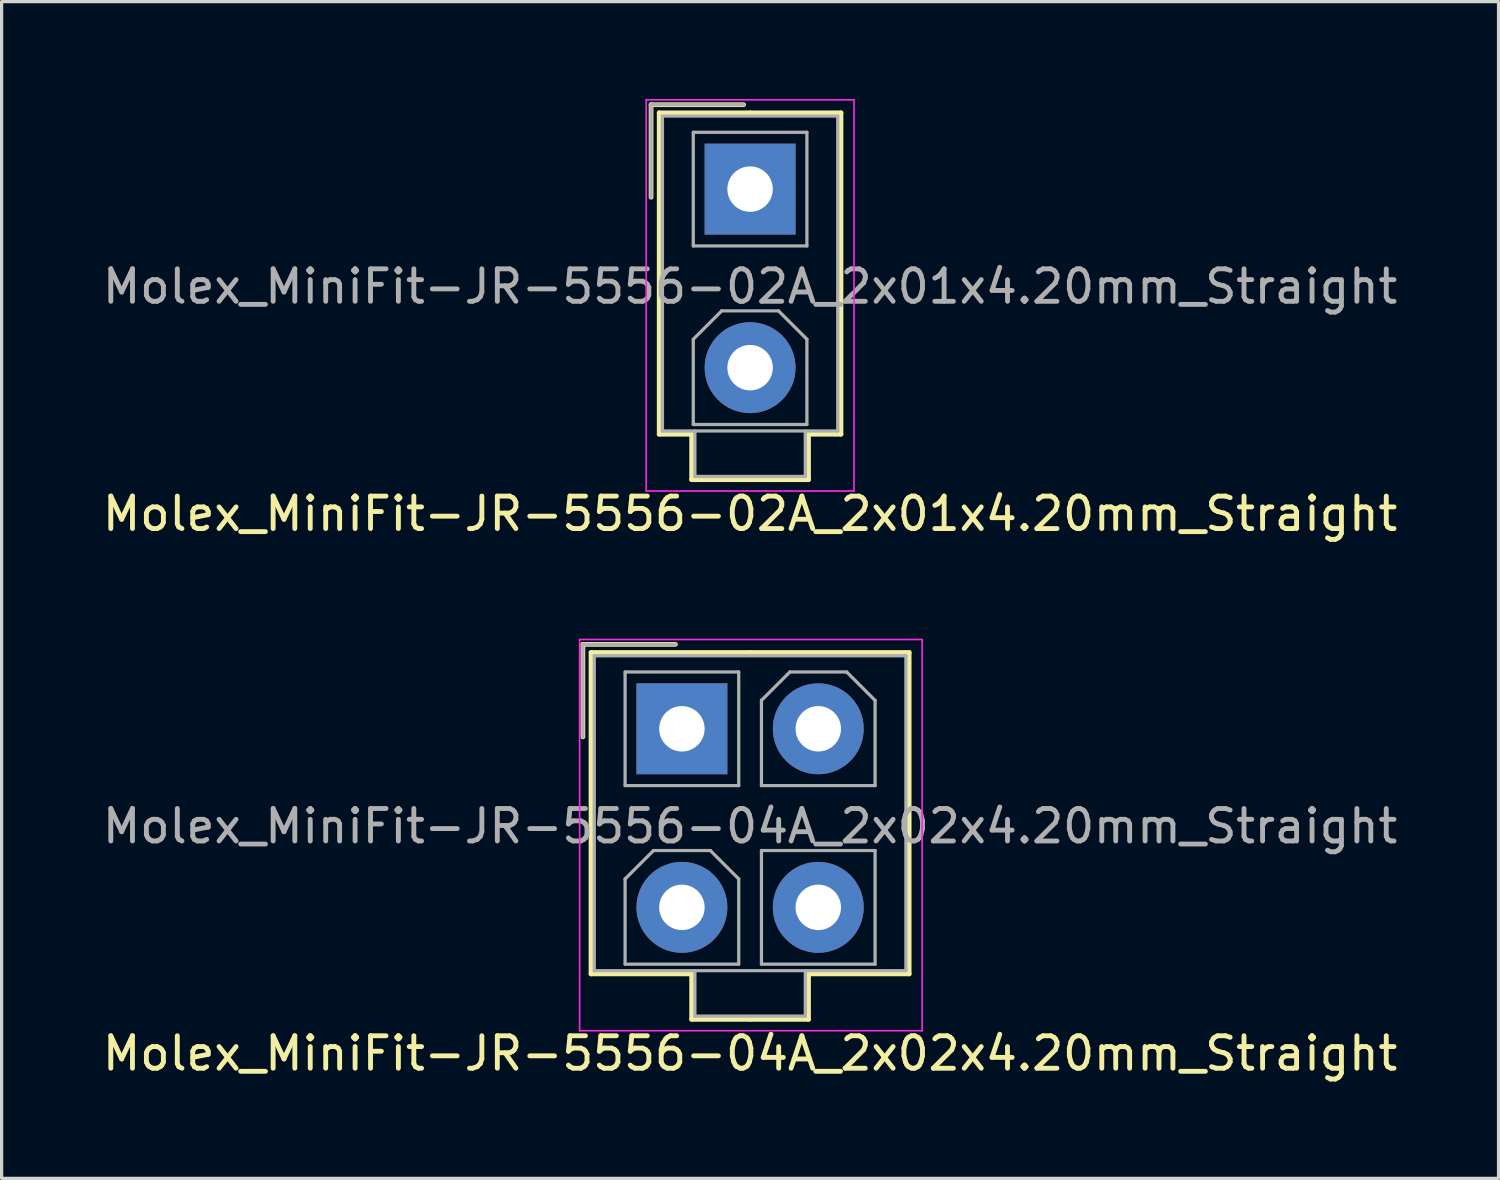
<source format=kicad_pcb>
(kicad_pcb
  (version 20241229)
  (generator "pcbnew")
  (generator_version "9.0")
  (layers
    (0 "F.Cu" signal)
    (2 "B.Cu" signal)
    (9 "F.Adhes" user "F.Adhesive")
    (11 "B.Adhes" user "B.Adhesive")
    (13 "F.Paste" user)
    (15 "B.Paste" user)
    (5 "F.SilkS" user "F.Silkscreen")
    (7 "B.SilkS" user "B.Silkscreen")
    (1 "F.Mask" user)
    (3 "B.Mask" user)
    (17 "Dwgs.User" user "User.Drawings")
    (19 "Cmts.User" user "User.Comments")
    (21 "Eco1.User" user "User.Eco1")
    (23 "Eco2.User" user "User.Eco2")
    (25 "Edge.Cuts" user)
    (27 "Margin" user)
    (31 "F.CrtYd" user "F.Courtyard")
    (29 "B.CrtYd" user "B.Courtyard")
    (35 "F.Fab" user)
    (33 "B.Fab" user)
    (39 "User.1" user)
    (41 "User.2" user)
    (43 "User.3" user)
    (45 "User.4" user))
  (footprint "Molex_MiniFit-JR-5556-04A_2x02x4.20mm_Straight"
    (layer "F.Cu")
    (at 17.954 19.398)
    (property "Reference" "Molex_MiniFit-JR-5556-04A_2x02x4.20mm_Straight" (at 2.1 10 0) (layer "F.SilkS") (effects (font (size 1 1) (thickness 0.15))))
    (attr through_hole)
    (fp_line (start -3.05 -2.6) (end -3.05 0.25) (stroke (width 0.145) (type solid)) (layer "F.SilkS"))
    (fp_line (start -2.8 -2.35) (end -2.8 7.55) (stroke (width 0.145) (type solid)) (layer "F.SilkS"))
    (fp_line (start -2.8 7.55) (end 0.3 7.55) (stroke (width 0.145) (type solid)) (layer "F.SilkS"))
    (fp_line (start -0.2 -2.6) (end -3.05 -2.6) (stroke (width 0.145) (type solid)) (layer "F.SilkS"))
    (fp_line (start 0.3 7.55) (end 0.3 8.95) (stroke (width 0.145) (type solid)) (layer "F.SilkS"))
    (fp_line (start 0.3 8.95) (end 2.1 8.95) (stroke (width 0.145) (type solid)) (layer "F.SilkS"))
    (fp_line (start 2.1 -2.35) (end -2.8 -2.35) (stroke (width 0.145) (type solid)) (layer "F.SilkS"))
    (fp_line (start 2.1 -2.35) (end 7 -2.35) (stroke (width 0.145) (type solid)) (layer "F.SilkS"))
    (fp_line (start 3.9 7.55) (end 3.9 8.95) (stroke (width 0.145) (type solid)) (layer "F.SilkS"))
    (fp_line (start 3.9 8.95) (end 2.1 8.95) (stroke (width 0.145) (type solid)) (layer "F.SilkS"))
    (fp_line (start 7 -2.35) (end 7 7.55) (stroke (width 0.145) (type solid)) (layer "F.SilkS"))
    (fp_line (start 7 7.55) (end 3.9 7.55) (stroke (width 0.145) (type solid)) (layer "F.SilkS"))
    (fp_line (start -3.15 -2.75) (end -3.15 9.3) (stroke (width 0.05) (type solid)) (layer "F.CrtYd"))
    (fp_line (start -3.15 9.3) (end 7.4 9.3) (stroke (width 0.05) (type solid)) (layer "F.CrtYd"))
    (fp_line (start 7.4 -2.75) (end -3.15 -2.75) (stroke (width 0.05) (type solid)) (layer "F.CrtYd"))
    (fp_line (start 7.4 9.3) (end 7.4 -2.75) (stroke (width 0.05) (type solid)) (layer "F.CrtYd"))
    (fp_line (start -3.05 -2.6) (end -3.05 0.25) (stroke (width 0.1) (type solid)) (layer "F.Fab"))
    (fp_line (start -2.7 -2.25) (end -2.7 7.45) (stroke (width 0.1) (type solid)) (layer "F.Fab"))
    (fp_line (start -2.7 7.45) (end 6.9 7.45) (stroke (width 0.1) (type solid)) (layer "F.Fab"))
    (fp_line (start -1.75 -1.75) (end -1.75 1.75) (stroke (width 0.1) (type solid)) (layer "F.Fab"))
    (fp_line (start -1.75 1.75) (end 1.75 1.75) (stroke (width 0.1) (type solid)) (layer "F.Fab"))
    (fp_line (start -1.75 4.625) (end -0.875 3.75) (stroke (width 0.1) (type solid)) (layer "F.Fab"))
    (fp_line (start -1.75 7.25) (end -1.75 4.625) (stroke (width 0.1) (type solid)) (layer "F.Fab"))
    (fp_line (start -0.875 3.75) (end 0.875 3.75) (stroke (width 0.1) (type solid)) (layer "F.Fab"))
    (fp_line (start -0.2 -2.6) (end -3.05 -2.6) (stroke (width 0.1) (type solid)) (layer "F.Fab"))
    (fp_line (start 0.4 7.45) (end 0.4 8.85) (stroke (width 0.1) (type solid)) (layer "F.Fab"))
    (fp_line (start 0.4 8.85) (end 3.8 8.85) (stroke (width 0.1) (type solid)) (layer "F.Fab"))
    (fp_line (start 0.875 3.75) (end 1.75 4.625) (stroke (width 0.1) (type solid)) (layer "F.Fab"))
    (fp_line (start 1.75 -1.75) (end -1.75 -1.75) (stroke (width 0.1) (type solid)) (layer "F.Fab"))
    (fp_line (start 1.75 1.75) (end 1.75 -1.75) (stroke (width 0.1) (type solid)) (layer "F.Fab"))
    (fp_line (start 1.75 4.625) (end 1.75 7.25) (stroke (width 0.1) (type solid)) (layer "F.Fab"))
    (fp_line (start 1.75 7.25) (end -1.75 7.25) (stroke (width 0.1) (type solid)) (layer "F.Fab"))
    (fp_line (start 2.45 -0.875) (end 3.325 -1.75) (stroke (width 0.1) (type solid)) (layer "F.Fab"))
    (fp_line (start 2.45 1.75) (end 2.45 -0.875) (stroke (width 0.1) (type solid)) (layer "F.Fab"))
    (fp_line (start 2.45 3.75) (end 2.45 7.25) (stroke (width 0.1) (type solid)) (layer "F.Fab"))
    (fp_line (start 2.45 7.25) (end 5.95 7.25) (stroke (width 0.1) (type solid)) (layer "F.Fab"))
    (fp_line (start 3.325 -1.75) (end 5.075 -1.75) (stroke (width 0.1) (type solid)) (layer "F.Fab"))
    (fp_line (start 3.8 8.85) (end 3.8 7.45) (stroke (width 0.1) (type solid)) (layer "F.Fab"))
    (fp_line (start 5.075 -1.75) (end 5.95 -0.875) (stroke (width 0.1) (type solid)) (layer "F.Fab"))
    (fp_line (start 5.95 -0.875) (end 5.95 1.75) (stroke (width 0.1) (type solid)) (layer "F.Fab"))
    (fp_line (start 5.95 1.75) (end 2.45 1.75) (stroke (width 0.1) (type solid)) (layer "F.Fab"))
    (fp_line (start 5.95 3.75) (end 2.45 3.75) (stroke (width 0.1) (type solid)) (layer "F.Fab"))
    (fp_line (start 5.95 7.25) (end 5.95 3.75) (stroke (width 0.1) (type solid)) (layer "F.Fab"))
    (fp_line (start 6.9 -2.25) (end -2.7 -2.25) (stroke (width 0.1) (type solid)) (layer "F.Fab"))
    (fp_line (start 6.9 7.45) (end 6.9 -2.25) (stroke (width 0.1) (type solid)) (layer "F.Fab"))
    (fp_text user "${REFERENCE}" (at 2.1 3 0) (layer "F.Fab") (effects (font (size 1 1) (thickness 0.15))))
    (pad "1" thru_hole rect (at 0 0) (size 2.8 2.8) (drill 1.4) (layers "*.Cu" "*.Mask"))
    (pad "2" thru_hole circle (at 4.2 0) (size 2.8 2.8) (drill 1.4) (layers "*.Cu" "*.Mask"))
    (pad "3" thru_hole circle (at 0 5.5) (size 2.8 2.8) (drill 1.4) (layers "*.Cu" "*.Mask"))
    (pad "4" thru_hole circle (at 4.2 5.5) (size 2.8 2.8) (drill 1.4) (layers "*.Cu" "*.Mask")))
  (footprint "Molex_MiniFit-JR-5556-02A_2x01x4.20mm_Straight"
    (layer "F.Cu")
    (at 20.054 2.775)
    (property "Reference" "Molex_MiniFit-JR-5556-02A_2x01x4.20mm_Straight" (at 0 10 0) (layer "F.SilkS") (effects (font (size 1 1) (thickness 0.15))))
    (attr through_hole)
    (fp_line (start -3.05 -2.6) (end -3.05 0.25) (stroke (width 0.145) (type solid)) (layer "F.SilkS"))
    (fp_line (start -2.8 -2.35) (end -2.8 7.55) (stroke (width 0.145) (type solid)) (layer "F.SilkS"))
    (fp_line (start -2.8 7.55) (end -1.8 7.55) (stroke (width 0.145) (type solid)) (layer "F.SilkS"))
    (fp_line (start -1.8 7.55) (end -1.8 8.95) (stroke (width 0.145) (type solid)) (layer "F.SilkS"))
    (fp_line (start -1.8 8.95) (end 0 8.95) (stroke (width 0.145) (type solid)) (layer "F.SilkS"))
    (fp_line (start -0.2 -2.6) (end -3.05 -2.6) (stroke (width 0.145) (type solid)) (layer "F.SilkS"))
    (fp_line (start 0 -2.35) (end -2.8 -2.35) (stroke (width 0.145) (type solid)) (layer "F.SilkS"))
    (fp_line (start 0 -2.35) (end 2.8 -2.35) (stroke (width 0.145) (type solid)) (layer "F.SilkS"))
    (fp_line (start 1.8 7.55) (end 1.8 8.95) (stroke (width 0.145) (type solid)) (layer "F.SilkS"))
    (fp_line (start 1.8 8.95) (end 0 8.95) (stroke (width 0.145) (type solid)) (layer "F.SilkS"))
    (fp_line (start 2.8 -2.35) (end 2.8 7.55) (stroke (width 0.145) (type solid)) (layer "F.SilkS"))
    (fp_line (start 2.8 7.55) (end 1.8 7.55) (stroke (width 0.145) (type solid)) (layer "F.SilkS"))
    (fp_line (start -3.2 -2.75) (end -3.2 9.3) (stroke (width 0.05) (type solid)) (layer "F.CrtYd"))
    (fp_line (start -3.2 9.3) (end 3.2 9.3) (stroke (width 0.05) (type solid)) (layer "F.CrtYd"))
    (fp_line (start 3.2 -2.75) (end -3.2 -2.75) (stroke (width 0.05) (type solid)) (layer "F.CrtYd"))
    (fp_line (start 3.2 9.3) (end 3.2 -2.75) (stroke (width 0.05) (type solid)) (layer "F.CrtYd"))
    (fp_line (start -3.05 -2.6) (end -3.05 0.25) (stroke (width 0.1) (type solid)) (layer "F.Fab"))
    (fp_line (start -2.7 -2.25) (end -2.7 7.45) (stroke (width 0.1) (type solid)) (layer "F.Fab"))
    (fp_line (start -2.7 7.45) (end 2.7 7.45) (stroke (width 0.1) (type solid)) (layer "F.Fab"))
    (fp_line (start -1.75 -1.75) (end -1.75 1.75) (stroke (width 0.1) (type solid)) (layer "F.Fab"))
    (fp_line (start -1.75 1.75) (end 1.75 1.75) (stroke (width 0.1) (type solid)) (layer "F.Fab"))
    (fp_line (start -1.75 4.625) (end -0.875 3.75) (stroke (width 0.1) (type solid)) (layer "F.Fab"))
    (fp_line (start -1.75 7.25) (end -1.75 4.625) (stroke (width 0.1) (type solid)) (layer "F.Fab"))
    (fp_line (start -1.7 7.45) (end -1.7 8.85) (stroke (width 0.1) (type solid)) (layer "F.Fab"))
    (fp_line (start -1.7 8.85) (end 1.7 8.85) (stroke (width 0.1) (type solid)) (layer "F.Fab"))
    (fp_line (start -0.875 3.75) (end 0.875 3.75) (stroke (width 0.1) (type solid)) (layer "F.Fab"))
    (fp_line (start -0.2 -2.6) (end -3.05 -2.6) (stroke (width 0.1) (type solid)) (layer "F.Fab"))
    (fp_line (start 0.875 3.75) (end 1.75 4.625) (stroke (width 0.1) (type solid)) (layer "F.Fab"))
    (fp_line (start 1.7 8.85) (end 1.7 7.45) (stroke (width 0.1) (type solid)) (layer "F.Fab"))
    (fp_line (start 1.75 -1.75) (end -1.75 -1.75) (stroke (width 0.1) (type solid)) (layer "F.Fab"))
    (fp_line (start 1.75 1.75) (end 1.75 -1.75) (stroke (width 0.1) (type solid)) (layer "F.Fab"))
    (fp_line (start 1.75 4.625) (end 1.75 7.25) (stroke (width 0.1) (type solid)) (layer "F.Fab"))
    (fp_line (start 1.75 7.25) (end -1.75 7.25) (stroke (width 0.1) (type solid)) (layer "F.Fab"))
    (fp_line (start 2.7 -2.25) (end -2.7 -2.25) (stroke (width 0.1) (type solid)) (layer "F.Fab"))
    (fp_line (start 2.7 7.45) (end 2.7 -2.25) (stroke (width 0.1) (type solid)) (layer "F.Fab"))
    (fp_text user "${REFERENCE}" (at 0 3 0) (layer "F.Fab") (effects (font (size 1 1) (thickness 0.15))))
    (pad "1" thru_hole rect (at 0 0) (size 2.8 2.8) (drill 1.4) (layers "*.Cu" "*.Mask"))
    (pad "2" thru_hole circle (at 0 5.5) (size 2.8 2.8) (drill 1.4) (layers "*.Cu" "*.Mask")))
  (gr_rect
    (start -3 -3)
    (end 43.107 33.246)
    (stroke (width 0.1) (type default))
    (fill no)
    (layer "Edge.Cuts")))
</source>
